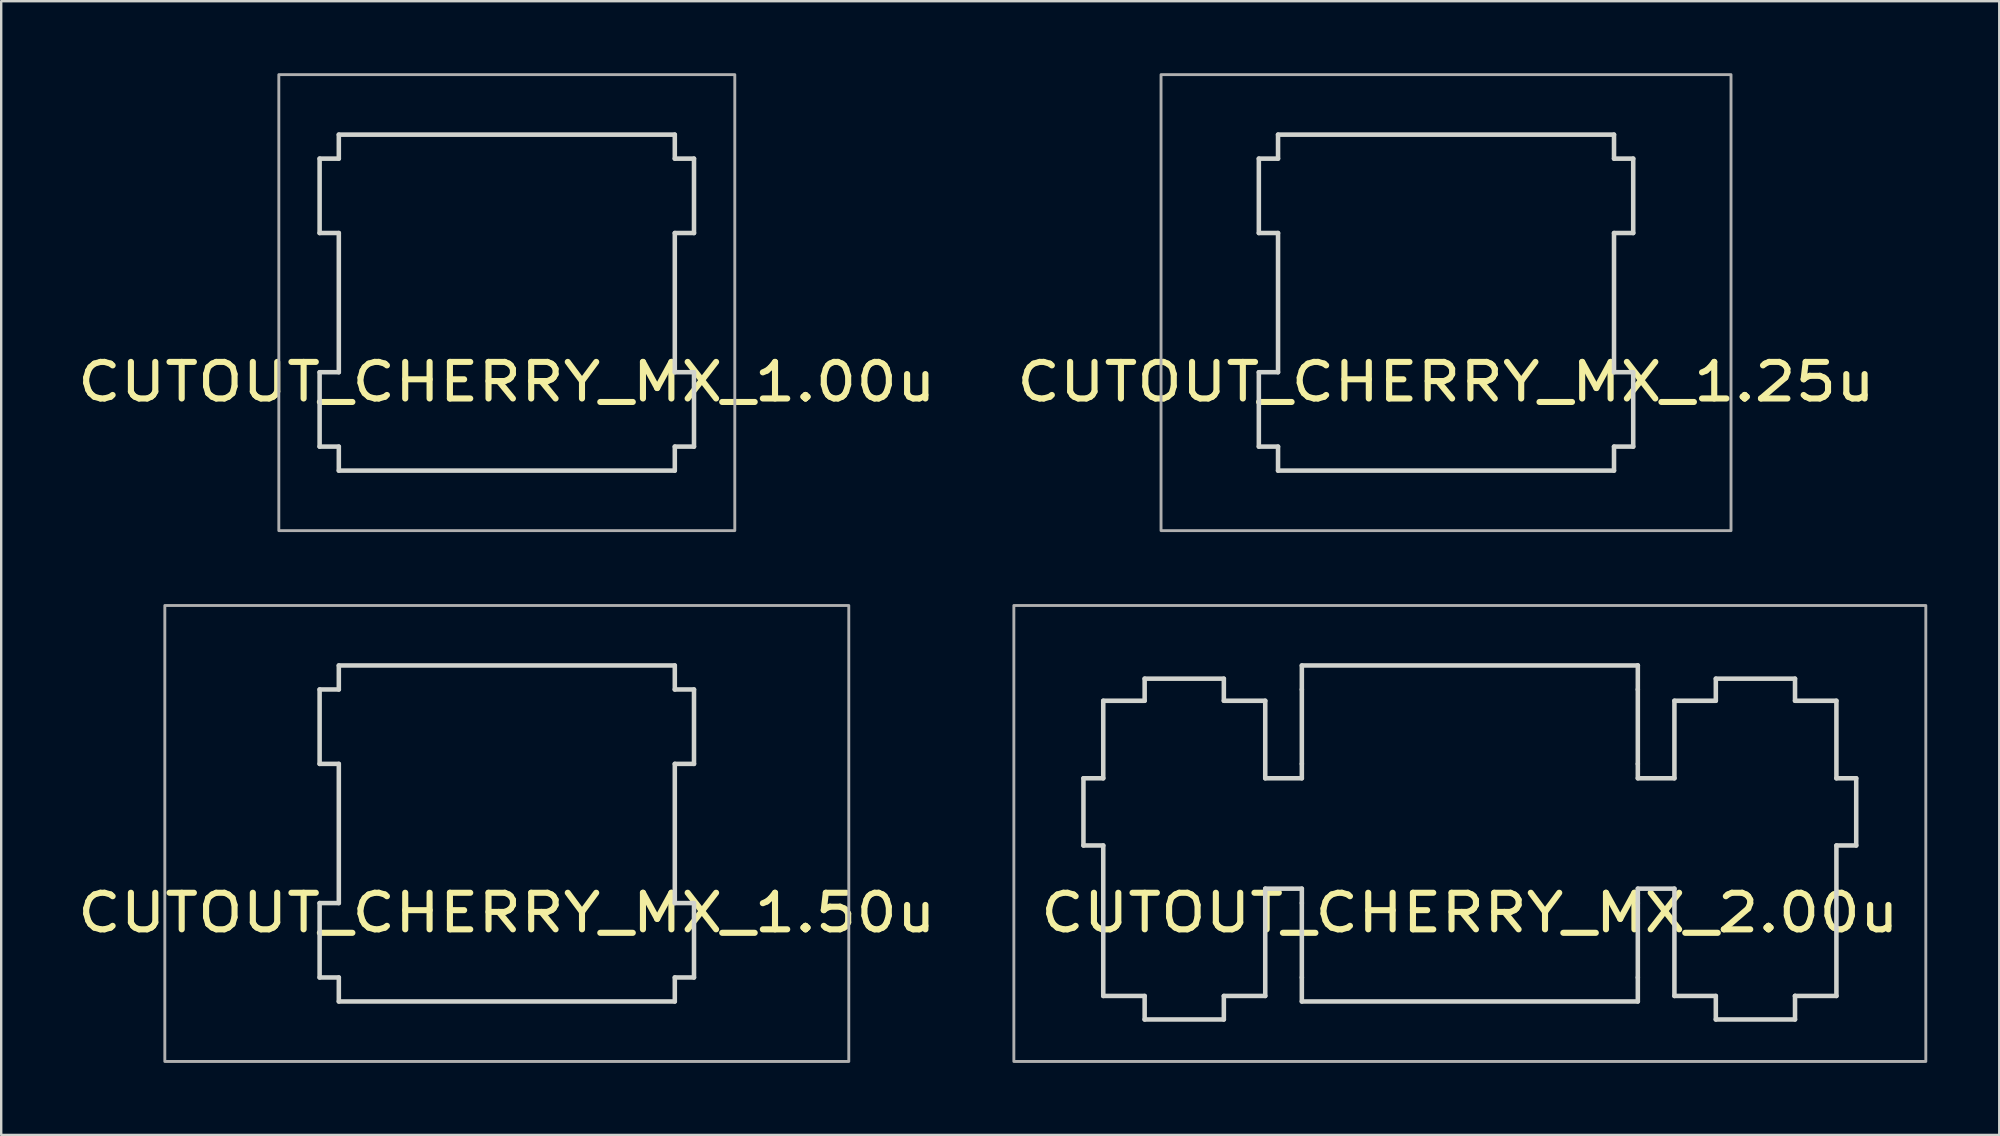
<source format=kicad_pcb>
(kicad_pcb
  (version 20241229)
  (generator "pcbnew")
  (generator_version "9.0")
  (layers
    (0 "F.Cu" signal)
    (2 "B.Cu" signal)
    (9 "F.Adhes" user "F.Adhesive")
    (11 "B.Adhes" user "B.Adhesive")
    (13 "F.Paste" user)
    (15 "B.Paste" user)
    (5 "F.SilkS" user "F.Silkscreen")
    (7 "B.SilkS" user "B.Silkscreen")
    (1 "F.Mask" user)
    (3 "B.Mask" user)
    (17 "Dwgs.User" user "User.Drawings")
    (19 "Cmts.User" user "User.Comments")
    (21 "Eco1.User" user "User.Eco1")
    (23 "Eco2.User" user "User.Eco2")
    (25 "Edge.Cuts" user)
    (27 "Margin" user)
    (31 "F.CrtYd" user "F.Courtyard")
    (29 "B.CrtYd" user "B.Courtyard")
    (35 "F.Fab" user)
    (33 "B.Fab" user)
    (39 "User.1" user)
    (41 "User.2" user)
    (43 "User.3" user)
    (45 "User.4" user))
  (footprint "CUTOUT_CHERRY_MX_2.00u"
    (layer "F.Cu")
    (at 60.736 26.6)
    (property "Reference" "CUTOUT_CHERRY_MX_2.00u" (at -2.54 8.382 0) (layer "F.SilkS") (effects (font (size 1.524 1.778) (thickness 0.254))))
    (fp_line (start -18.64 2.78) (end -18.64 5.58) (stroke (width 0.189) (type solid)) (layer "Edge.Cuts"))
    (fp_line (start -18.64 5.58) (end -17.815 5.58) (stroke (width 0.189) (type solid)) (layer "Edge.Cuts"))
    (fp_line (start -17.815 -0.45) (end -17.815 2.78) (stroke (width 0.189) (type solid)) (layer "Edge.Cuts"))
    (fp_line (start -17.815 2.78) (end -18.64 2.78) (stroke (width 0.189) (type solid)) (layer "Edge.Cuts"))
    (fp_line (start -17.815 5.58) (end -17.815 11.85) (stroke (width 0.189) (type solid)) (layer "Edge.Cuts"))
    (fp_line (start -17.815 11.85) (end -16.09 11.85) (stroke (width 0.189) (type solid)) (layer "Edge.Cuts"))
    (fp_line (start -16.09 -1.37) (end -16.09 -0.45) (stroke (width 0.189) (type solid)) (layer "Edge.Cuts"))
    (fp_line (start -16.09 -0.45) (end -17.815 -0.45) (stroke (width 0.189) (type solid)) (layer "Edge.Cuts"))
    (fp_line (start -16.09 11.85) (end -16.09 12.83) (stroke (width 0.189) (type solid)) (layer "Edge.Cuts"))
    (fp_line (start -16.09 12.83) (end -12.79 12.83) (stroke (width 0.189) (type solid)) (layer "Edge.Cuts"))
    (fp_line (start -12.79 -1.37) (end -16.09 -1.37) (stroke (width 0.189) (type solid)) (layer "Edge.Cuts"))
    (fp_line (start -12.79 -0.45) (end -12.79 -1.37) (stroke (width 0.189) (type solid)) (layer "Edge.Cuts"))
    (fp_line (start -12.79 11.85) (end -11.065 11.85) (stroke (width 0.189) (type solid)) (layer "Edge.Cuts"))
    (fp_line (start -12.79 12.83) (end -12.79 11.85) (stroke (width 0.189) (type solid)) (layer "Edge.Cuts"))
    (fp_line (start -11.065 -0.45) (end -12.79 -0.45) (stroke (width 0.189) (type solid)) (layer "Edge.Cuts"))
    (fp_line (start -11.065 2.78) (end -11.065 -0.45) (stroke (width 0.189) (type solid)) (layer "Edge.Cuts"))
    (fp_line (start -11.065 7.38) (end -9.54 7.38) (stroke (width 0.189) (type solid)) (layer "Edge.Cuts"))
    (fp_line (start -11.065 11.85) (end -11.065 7.38) (stroke (width 0.189) (type solid)) (layer "Edge.Cuts"))
    (fp_line (start -9.54 -1.92) (end -9.54 -0.92) (stroke (width 0.189) (type solid)) (layer "Edge.Cuts"))
    (fp_line (start -9.54 -0.92) (end -9.54 2.18) (stroke (width 0.189) (type solid)) (layer "Edge.Cuts"))
    (fp_line (start -9.54 2.18) (end -9.54 2.78) (stroke (width 0.189) (type solid)) (layer "Edge.Cuts"))
    (fp_line (start -9.54 2.78) (end -11.065 2.78) (stroke (width 0.189) (type solid)) (layer "Edge.Cuts"))
    (fp_line (start -9.54 7.38) (end -9.54 7.98) (stroke (width 0.189) (type solid)) (layer "Edge.Cuts"))
    (fp_line (start -9.54 7.98) (end -9.54 11.08) (stroke (width 0.189) (type solid)) (layer "Edge.Cuts"))
    (fp_line (start -9.54 11.08) (end -9.54 12.08) (stroke (width 0.189) (type solid)) (layer "Edge.Cuts"))
    (fp_line (start -9.54 12.08) (end 4.46 12.08) (stroke (width 0.189) (type solid)) (layer "Edge.Cuts"))
    (fp_line (start 4.46 -1.92) (end -9.54 -1.92) (stroke (width 0.189) (type solid)) (layer "Edge.Cuts"))
    (fp_line (start 4.46 -1.92) (end 4.46 -1.92) (stroke (width 0.189) (type solid)) (layer "Edge.Cuts"))
    (fp_line (start 4.46 -0.92) (end 4.46 -1.92) (stroke (width 0.189) (type solid)) (layer "Edge.Cuts"))
    (fp_line (start 4.46 2.18) (end 4.46 -0.92) (stroke (width 0.189) (type solid)) (layer "Edge.Cuts"))
    (fp_line (start 4.46 2.78) (end 4.46 2.18) (stroke (width 0.189) (type solid)) (layer "Edge.Cuts"))
    (fp_line (start 4.46 7.38) (end 5.985 7.38) (stroke (width 0.189) (type solid)) (layer "Edge.Cuts"))
    (fp_line (start 4.46 7.98) (end 4.46 7.38) (stroke (width 0.189) (type solid)) (layer "Edge.Cuts"))
    (fp_line (start 4.46 11.08) (end 4.46 7.98) (stroke (width 0.189) (type solid)) (layer "Edge.Cuts"))
    (fp_line (start 4.46 12.08) (end 4.46 11.08) (stroke (width 0.189) (type solid)) (layer "Edge.Cuts"))
    (fp_line (start 5.985 -0.45) (end 5.985 2.78) (stroke (width 0.189) (type solid)) (layer "Edge.Cuts"))
    (fp_line (start 5.985 2.78) (end 4.46 2.78) (stroke (width 0.189) (type solid)) (layer "Edge.Cuts"))
    (fp_line (start 5.985 7.38) (end 5.985 11.85) (stroke (width 0.189) (type solid)) (layer "Edge.Cuts"))
    (fp_line (start 5.985 11.85) (end 7.71 11.85) (stroke (width 0.189) (type solid)) (layer "Edge.Cuts"))
    (fp_line (start 7.71 -1.37) (end 7.71 -0.45) (stroke (width 0.189) (type solid)) (layer "Edge.Cuts"))
    (fp_line (start 7.71 -0.45) (end 5.985 -0.45) (stroke (width 0.189) (type solid)) (layer "Edge.Cuts"))
    (fp_line (start 7.71 11.85) (end 7.71 12.83) (stroke (width 0.189) (type solid)) (layer "Edge.Cuts"))
    (fp_line (start 7.71 12.83) (end 11.01 12.83) (stroke (width 0.189) (type solid)) (layer "Edge.Cuts"))
    (fp_line (start 11.01 -1.37) (end 7.71 -1.37) (stroke (width 0.189) (type solid)) (layer "Edge.Cuts"))
    (fp_line (start 11.01 -0.45) (end 11.01 -1.37) (stroke (width 0.189) (type solid)) (layer "Edge.Cuts"))
    (fp_line (start 11.01 11.85) (end 11.01 11.85) (stroke (width 0.189) (type solid)) (layer "Edge.Cuts"))
    (fp_line (start 11.01 11.85) (end 12.735 11.85) (stroke (width 0.189) (type solid)) (layer "Edge.Cuts"))
    (fp_line (start 11.01 12.83) (end 11.01 11.85) (stroke (width 0.189) (type solid)) (layer "Edge.Cuts"))
    (fp_line (start 12.735 -0.45) (end 11.01 -0.45) (stroke (width 0.189) (type solid)) (layer "Edge.Cuts"))
    (fp_line (start 12.735 2.78) (end 12.735 -0.45) (stroke (width 0.189) (type solid)) (layer "Edge.Cuts"))
    (fp_line (start 12.735 5.58) (end 13.56 5.58) (stroke (width 0.189) (type solid)) (layer "Edge.Cuts"))
    (fp_line (start 12.735 11.85) (end 12.735 5.58) (stroke (width 0.189) (type solid)) (layer "Edge.Cuts"))
    (fp_line (start 13.56 2.78) (end 12.735 2.78) (stroke (width 0.189) (type solid)) (layer "Edge.Cuts"))
    (fp_line (start 13.56 5.58) (end 13.56 2.78) (stroke (width 0.189) (type solid)) (layer "Edge.Cuts"))
    (fp_rect (start -21.54 -4.42) (end 16.46 14.58) (stroke (width 0.12) (type solid)) (fill no) (layer "F.Fab")))
  (footprint "CUTOUT_CHERRY_MX_1.00u"
    (layer "F.Cu")
    (at 20.608 4.48)
    (property "Reference" "CUTOUT_CHERRY_MX_1.00u" (at -2.54 8.382 0) (layer "F.SilkS") (effects (font (size 1.524 1.778) (thickness 0.254))))
    (fp_line (start -10.34 -0.92) (end -10.34 2.18) (stroke (width 0.189) (type solid)) (layer "Edge.Cuts"))
    (fp_line (start -10.34 2.18) (end -9.54 2.18) (stroke (width 0.189) (type solid)) (layer "Edge.Cuts"))
    (fp_line (start -10.34 7.98) (end -10.34 11.08) (stroke (width 0.189) (type solid)) (layer "Edge.Cuts"))
    (fp_line (start -10.34 11.08) (end -9.54 11.08) (stroke (width 0.189) (type solid)) (layer "Edge.Cuts"))
    (fp_line (start -9.54 -1.92) (end -9.54 -0.92) (stroke (width 0.189) (type solid)) (layer "Edge.Cuts"))
    (fp_line (start -9.54 -0.92) (end -10.34 -0.92) (stroke (width 0.189) (type solid)) (layer "Edge.Cuts"))
    (fp_line (start -9.54 2.18) (end -9.54 7.98) (stroke (width 0.189) (type solid)) (layer "Edge.Cuts"))
    (fp_line (start -9.54 7.98) (end -10.34 7.98) (stroke (width 0.189) (type solid)) (layer "Edge.Cuts"))
    (fp_line (start -9.54 11.08) (end -9.54 12.08) (stroke (width 0.189) (type solid)) (layer "Edge.Cuts"))
    (fp_line (start -9.54 12.08) (end 4.46 12.08) (stroke (width 0.189) (type solid)) (layer "Edge.Cuts"))
    (fp_line (start 4.46 -1.92) (end -9.54 -1.92) (stroke (width 0.189) (type solid)) (layer "Edge.Cuts"))
    (fp_line (start 4.46 -0.92) (end 4.46 -1.92) (stroke (width 0.189) (type solid)) (layer "Edge.Cuts"))
    (fp_line (start 4.46 2.18) (end 5.26 2.18) (stroke (width 0.189) (type solid)) (layer "Edge.Cuts"))
    (fp_line (start 4.46 7.98) (end 4.46 2.18) (stroke (width 0.189) (type solid)) (layer "Edge.Cuts"))
    (fp_line (start 4.46 11.08) (end 5.26 11.08) (stroke (width 0.189) (type solid)) (layer "Edge.Cuts"))
    (fp_line (start 4.46 12.08) (end 4.46 11.08) (stroke (width 0.189) (type solid)) (layer "Edge.Cuts"))
    (fp_line (start 5.26 -0.92) (end 4.46 -0.92) (stroke (width 0.189) (type solid)) (layer "Edge.Cuts"))
    (fp_line (start 5.26 2.18) (end 5.26 -0.92) (stroke (width 0.189) (type solid)) (layer "Edge.Cuts"))
    (fp_line (start 5.26 7.98) (end 4.46 7.98) (stroke (width 0.189) (type solid)) (layer "Edge.Cuts"))
    (fp_line (start 5.26 11.08) (end 5.26 7.98) (stroke (width 0.189) (type solid)) (layer "Edge.Cuts"))
    (fp_rect (start -12.04 -4.42) (end 6.96 14.58) (stroke (width 0.12) (type solid)) (fill no) (layer "F.Fab")))
  (footprint "CUTOUT_CHERRY_MX_1.25u"
    (layer "F.Cu")
    (at 59.744 4.48)
    (property "Reference" "CUTOUT_CHERRY_MX_1.25u" (at -2.54 8.382 0) (layer "F.SilkS") (effects (font (size 1.524 1.778) (thickness 0.254))))
    (fp_line (start -10.34 -0.92) (end -10.34 2.18) (stroke (width 0.189) (type solid)) (layer "Edge.Cuts"))
    (fp_line (start -10.34 2.18) (end -9.54 2.18) (stroke (width 0.189) (type solid)) (layer "Edge.Cuts"))
    (fp_line (start -10.34 7.98) (end -10.34 11.08) (stroke (width 0.189) (type solid)) (layer "Edge.Cuts"))
    (fp_line (start -10.34 11.08) (end -9.54 11.08) (stroke (width 0.189) (type solid)) (layer "Edge.Cuts"))
    (fp_line (start -9.54 -1.92) (end -9.54 -0.92) (stroke (width 0.189) (type solid)) (layer "Edge.Cuts"))
    (fp_line (start -9.54 -0.92) (end -10.34 -0.92) (stroke (width 0.189) (type solid)) (layer "Edge.Cuts"))
    (fp_line (start -9.54 2.18) (end -9.54 7.98) (stroke (width 0.189) (type solid)) (layer "Edge.Cuts"))
    (fp_line (start -9.54 7.98) (end -10.34 7.98) (stroke (width 0.189) (type solid)) (layer "Edge.Cuts"))
    (fp_line (start -9.54 11.08) (end -9.54 12.08) (stroke (width 0.189) (type solid)) (layer "Edge.Cuts"))
    (fp_line (start -9.54 12.08) (end 4.46 12.08) (stroke (width 0.189) (type solid)) (layer "Edge.Cuts"))
    (fp_line (start 4.46 -1.92) (end -9.54 -1.92) (stroke (width 0.189) (type solid)) (layer "Edge.Cuts"))
    (fp_line (start 4.46 -0.92) (end 4.46 -1.92) (stroke (width 0.189) (type solid)) (layer "Edge.Cuts"))
    (fp_line (start 4.46 2.18) (end 5.26 2.18) (stroke (width 0.189) (type solid)) (layer "Edge.Cuts"))
    (fp_line (start 4.46 7.98) (end 4.46 2.18) (stroke (width 0.189) (type solid)) (layer "Edge.Cuts"))
    (fp_line (start 4.46 11.08) (end 5.26 11.08) (stroke (width 0.189) (type solid)) (layer "Edge.Cuts"))
    (fp_line (start 4.46 12.08) (end 4.46 11.08) (stroke (width 0.189) (type solid)) (layer "Edge.Cuts"))
    (fp_line (start 5.26 -0.92) (end 4.46 -0.92) (stroke (width 0.189) (type solid)) (layer "Edge.Cuts"))
    (fp_line (start 5.26 2.18) (end 5.26 -0.92) (stroke (width 0.189) (type solid)) (layer "Edge.Cuts"))
    (fp_line (start 5.26 7.98) (end 4.46 7.98) (stroke (width 0.189) (type solid)) (layer "Edge.Cuts"))
    (fp_line (start 5.26 11.08) (end 5.26 7.98) (stroke (width 0.189) (type solid)) (layer "Edge.Cuts"))
    (fp_rect (start -14.415 -4.42) (end 9.335 14.58) (stroke (width 0.12) (type solid)) (fill no) (layer "F.Fab")))
  (footprint "CUTOUT_CHERRY_MX_1.50u"
    (layer "F.Cu")
    (at 20.608 26.6)
    (property "Reference" "CUTOUT_CHERRY_MX_1.50u" (at -2.54 8.382 0) (layer "F.SilkS") (effects (font (size 1.524 1.778) (thickness 0.254))))
    (fp_line (start -10.34 -0.92) (end -10.34 2.18) (stroke (width 0.189) (type solid)) (layer "Edge.Cuts"))
    (fp_line (start -10.34 2.18) (end -9.54 2.18) (stroke (width 0.189) (type solid)) (layer "Edge.Cuts"))
    (fp_line (start -10.34 7.98) (end -10.34 11.08) (stroke (width 0.189) (type solid)) (layer "Edge.Cuts"))
    (fp_line (start -10.34 11.08) (end -9.54 11.08) (stroke (width 0.189) (type solid)) (layer "Edge.Cuts"))
    (fp_line (start -9.54 -1.92) (end -9.54 -0.92) (stroke (width 0.189) (type solid)) (layer "Edge.Cuts"))
    (fp_line (start -9.54 -0.92) (end -10.34 -0.92) (stroke (width 0.189) (type solid)) (layer "Edge.Cuts"))
    (fp_line (start -9.54 2.18) (end -9.54 7.98) (stroke (width 0.189) (type solid)) (layer "Edge.Cuts"))
    (fp_line (start -9.54 7.98) (end -10.34 7.98) (stroke (width 0.189) (type solid)) (layer "Edge.Cuts"))
    (fp_line (start -9.54 11.08) (end -9.54 12.08) (stroke (width 0.189) (type solid)) (layer "Edge.Cuts"))
    (fp_line (start -9.54 12.08) (end 4.46 12.08) (stroke (width 0.189) (type solid)) (layer "Edge.Cuts"))
    (fp_line (start 4.46 -1.92) (end -9.54 -1.92) (stroke (width 0.189) (type solid)) (layer "Edge.Cuts"))
    (fp_line (start 4.46 -0.92) (end 4.46 -1.92) (stroke (width 0.189) (type solid)) (layer "Edge.Cuts"))
    (fp_line (start 4.46 2.18) (end 5.26 2.18) (stroke (width 0.189) (type solid)) (layer "Edge.Cuts"))
    (fp_line (start 4.46 7.98) (end 4.46 2.18) (stroke (width 0.189) (type solid)) (layer "Edge.Cuts"))
    (fp_line (start 4.46 11.08) (end 5.26 11.08) (stroke (width 0.189) (type solid)) (layer "Edge.Cuts"))
    (fp_line (start 4.46 12.08) (end 4.46 11.08) (stroke (width 0.189) (type solid)) (layer "Edge.Cuts"))
    (fp_line (start 5.26 -0.92) (end 4.46 -0.92) (stroke (width 0.189) (type solid)) (layer "Edge.Cuts"))
    (fp_line (start 5.26 2.18) (end 5.26 -0.92) (stroke (width 0.189) (type solid)) (layer "Edge.Cuts"))
    (fp_line (start 5.26 7.98) (end 4.46 7.98) (stroke (width 0.189) (type solid)) (layer "Edge.Cuts"))
    (fp_line (start 5.26 11.08) (end 5.26 7.98) (stroke (width 0.189) (type solid)) (layer "Edge.Cuts"))
    (fp_rect (start -16.79 -4.42) (end 11.71 14.58) (stroke (width 0.12) (type solid)) (fill no) (layer "F.Fab")))
  (gr_rect
    (start -3 -3)
    (end 80.256 44.24)
    (stroke (width 0.1) (type default))
    (fill no)
    (layer "Edge.Cuts")))
</source>
